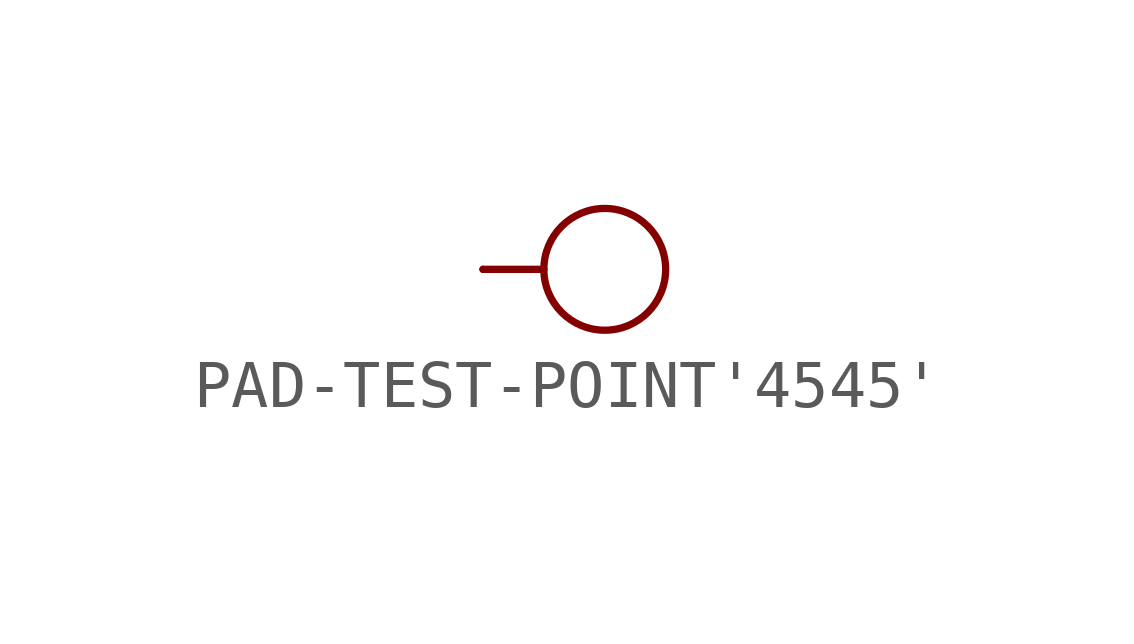
<source format=kicad_sym>
(kicad_symbol_lib
  (version 20220914)
  (generator kicad_symbol_editor)
  (symbol "PAD-TEST-POINT'4545'"
    (property "Reference" "TP"
      (at -5.08 0 0)
      (effects (font (size 0.813 0.691)) (justify left bottom) hide))
    (property "ki_locked" ""
      (at 0 0 0)
      (effects (font (size 1.27 1.27))))
    (symbol "PAD-TEST-POINT'4545'_1_0"
      (polyline (pts (xy -2.54 0) (xy -1.27 0)) (stroke (width 0.152) (type solid)) (fill (type none)))
      (circle (center 0 0) (radius 1.27) (stroke (width 0.152) (type solid)) (fill (type none)))
      (pin bidirectional line (at -2.54 0 0) (length 0) (name "T" (effects (font (size 0 0)))) (number "T" (effects (font (size 0 0))))))))
</source>
